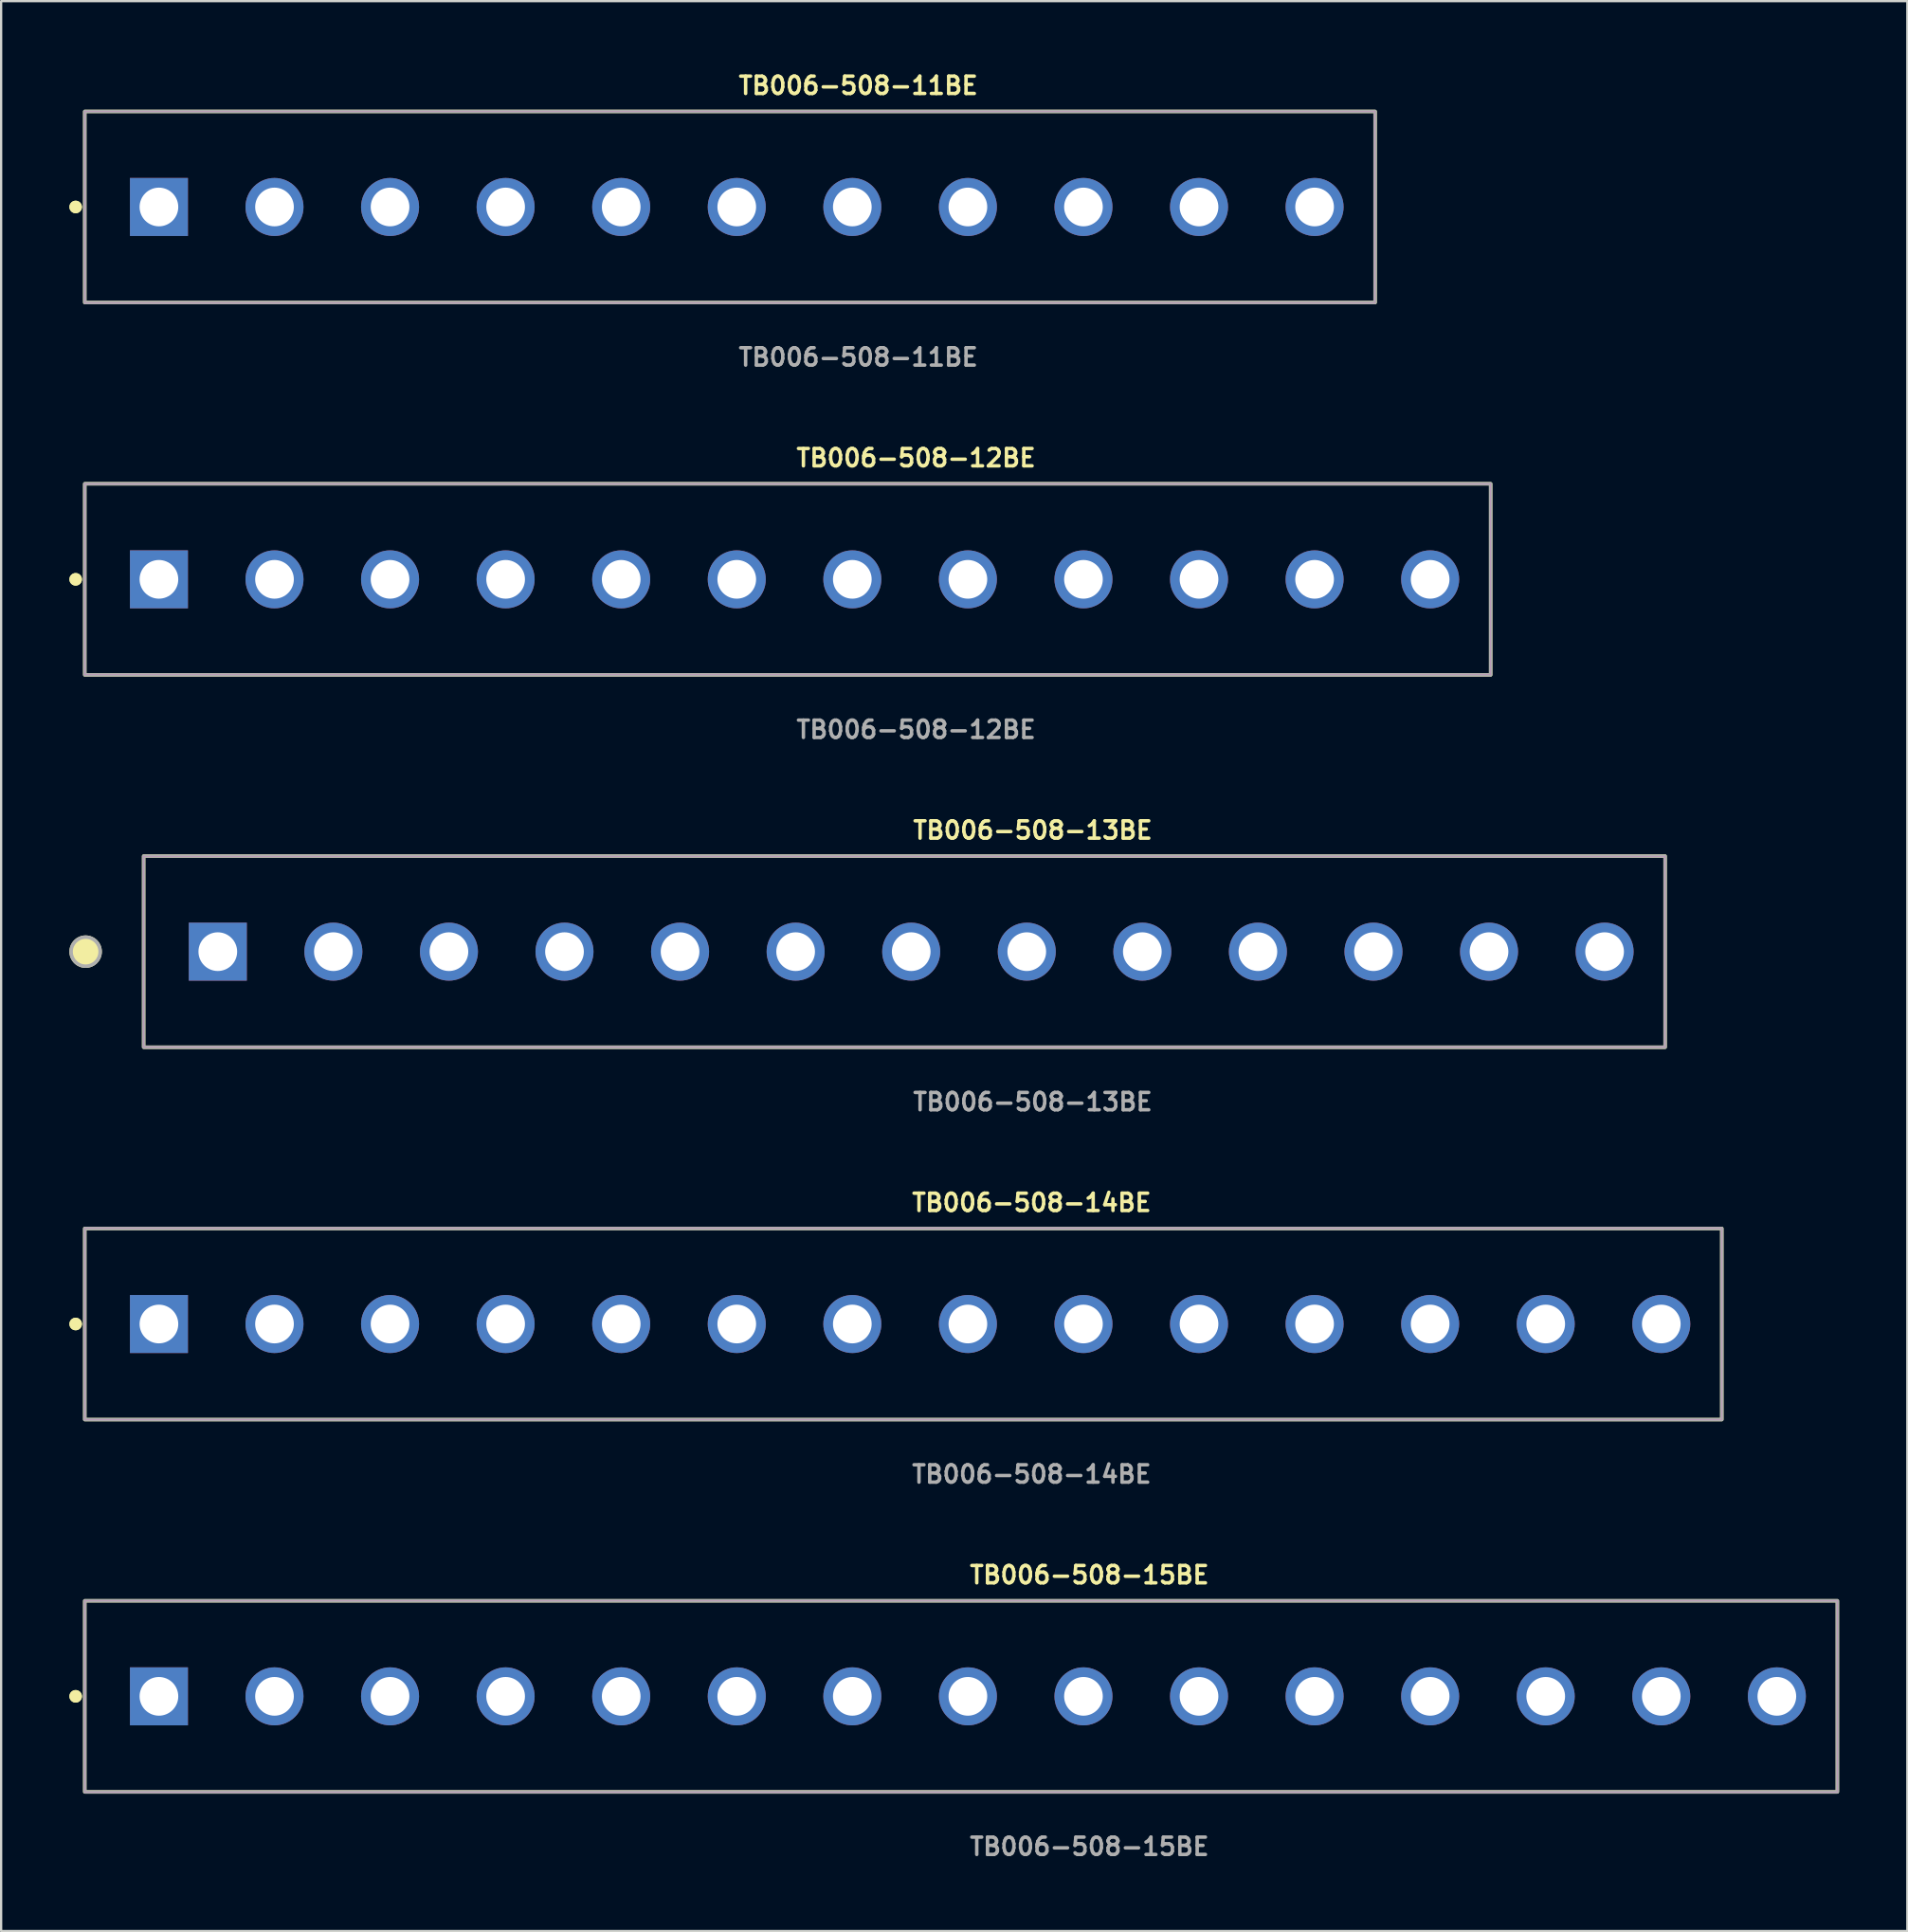
<source format=kicad_pcb>
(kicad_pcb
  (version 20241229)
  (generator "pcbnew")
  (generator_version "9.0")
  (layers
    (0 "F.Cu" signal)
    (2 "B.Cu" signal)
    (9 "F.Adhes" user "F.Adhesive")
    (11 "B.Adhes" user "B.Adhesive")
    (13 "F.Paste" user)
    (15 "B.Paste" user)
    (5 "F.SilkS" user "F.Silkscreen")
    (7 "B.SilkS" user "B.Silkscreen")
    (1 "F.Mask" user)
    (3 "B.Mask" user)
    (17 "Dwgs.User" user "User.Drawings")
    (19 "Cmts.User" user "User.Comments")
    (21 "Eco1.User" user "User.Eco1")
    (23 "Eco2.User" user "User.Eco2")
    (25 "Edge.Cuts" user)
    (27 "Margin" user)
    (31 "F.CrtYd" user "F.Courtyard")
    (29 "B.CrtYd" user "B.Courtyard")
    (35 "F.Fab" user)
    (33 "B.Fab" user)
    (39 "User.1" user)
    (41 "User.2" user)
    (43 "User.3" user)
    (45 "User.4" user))
  (footprint "TB006-508-14BE"
    (layer "F.Cu")
    (at 36.956 55.141)
    (property "Reference" "TB006-508-14BE" (at 0 -5.334 0) (unlocked yes) (layer "F.SilkS") (effects (font (size 0.762 0.762) (thickness 0.152)) (justify left)))
    (fp_rect (start -36.28 4.2) (end 35.68 -4.2) (stroke (width 0.152) (type solid)) (fill no) (layer "F.SilkS"))
    (fp_circle (center -36.68 0) (end -36.88 0) (stroke (width 0.152) (type solid)) (fill yes) (layer "F.SilkS"))
    (fp_circle (center -36.68 0) (end -36.88 0) (stroke (width 0.152) (type solid)) (fill yes) (layer "F.SilkS"))
    (fp_rect (start -36.28 4.2) (end 35.68 -4.2) (stroke (width 0.006) (type solid)) (fill no) (layer "F.CrtYd"))
    (fp_rect (start -36.28 4.2) (end 35.68 -4.2) (stroke (width 0.152) (type solid)) (fill no) (layer "F.Fab"))
    (fp_text user "${REFERENCE}" (at 0 6.604 0) (unlocked yes) (layer "F.Fab") (effects (font (size 0.762 0.762) (thickness 0.152)) (justify left)))
    (pad "1" thru_hole rect (at -33.02 0) (size 2.55 2.55) (drill 1.7) (layers "*.Cu" "*.Mask"))
    (pad "2" thru_hole circle (at -27.94 0) (size 2.55 2.55) (drill 1.7) (layers "*.Cu" "*.Mask"))
    (pad "3" thru_hole circle (at -22.86 0) (size 2.55 2.55) (drill 1.7) (layers "*.Cu" "*.Mask"))
    (pad "4" thru_hole circle (at -17.78 0) (size 2.55 2.55) (drill 1.7) (layers "*.Cu" "*.Mask"))
    (pad "5" thru_hole circle (at -12.7 0) (size 2.55 2.55) (drill 1.7) (layers "*.Cu" "*.Mask"))
    (pad "6" thru_hole circle (at -7.62 0) (size 2.55 2.55) (drill 1.7) (layers "*.Cu" "*.Mask"))
    (pad "7" thru_hole circle (at -2.54 0) (size 2.55 2.55) (drill 1.7) (layers "*.Cu" "*.Mask"))
    (pad "8" thru_hole circle (at 2.54 0) (size 2.55 2.55) (drill 1.7) (layers "*.Cu" "*.Mask"))
    (pad "9" thru_hole circle (at 7.62 0) (size 2.55 2.55) (drill 1.7) (layers "*.Cu" "*.Mask"))
    (pad "10" thru_hole circle (at 12.7 0) (size 2.55 2.55) (drill 1.7) (layers "*.Cu" "*.Mask"))
    (pad "11" thru_hole circle (at 17.78 0) (size 2.55 2.55) (drill 1.7) (layers "*.Cu" "*.Mask"))
    (pad "12" thru_hole circle (at 22.86 0) (size 2.55 2.55) (drill 1.7) (layers "*.Cu" "*.Mask"))
    (pad "13" thru_hole circle (at 27.94 0) (size 2.55 2.55) (drill 1.7) (layers "*.Cu" "*.Mask"))
    (pad "14" thru_hole circle (at 33.02 0) (size 2.55 2.55) (drill 1.7) (layers "*.Cu" "*.Mask")))
  (footprint "TB006-508-11BE"
    (layer "F.Cu")
    (at 29.336 6.047)
    (property "Reference" "TB006-508-11BE" (at 0 -5.334 0) (unlocked yes) (layer "F.SilkS") (effects (font (size 0.762 0.762) (thickness 0.152)) (justify left)))
    (fp_rect (start -28.66 4.2) (end 28.06 -4.2) (stroke (width 0.152) (type solid)) (fill no) (layer "F.SilkS"))
    (fp_circle (center -29.06 0) (end -29.26 0) (stroke (width 0.152) (type solid)) (fill yes) (layer "F.SilkS"))
    (fp_circle (center -29.06 0) (end -29.26 0) (stroke (width 0.152) (type solid)) (fill yes) (layer "F.SilkS"))
    (fp_rect (start -28.66 4.2) (end 28.06 -4.2) (stroke (width 0.006) (type solid)) (fill no) (layer "F.CrtYd"))
    (fp_rect (start -28.66 4.2) (end 28.06 -4.2) (stroke (width 0.152) (type solid)) (fill no) (layer "F.Fab"))
    (fp_text user "${REFERENCE}" (at 0 6.604 0) (unlocked yes) (layer "F.Fab") (effects (font (size 0.762 0.762) (thickness 0.152)) (justify left)))
    (pad "1" thru_hole rect (at -25.4 0) (size 2.55 2.55) (drill 1.7) (layers "*.Cu" "*.Mask"))
    (pad "2" thru_hole circle (at -20.32 0) (size 2.55 2.55) (drill 1.7) (layers "*.Cu" "*.Mask"))
    (pad "3" thru_hole circle (at -15.24 0) (size 2.55 2.55) (drill 1.7) (layers "*.Cu" "*.Mask"))
    (pad "4" thru_hole circle (at -10.16 0) (size 2.55 2.55) (drill 1.7) (layers "*.Cu" "*.Mask"))
    (pad "5" thru_hole circle (at -5.08 0) (size 2.55 2.55) (drill 1.7) (layers "*.Cu" "*.Mask"))
    (pad "6" thru_hole circle (at 0 0) (size 2.55 2.55) (drill 1.7) (layers "*.Cu" "*.Mask"))
    (pad "7" thru_hole circle (at 5.08 0) (size 2.55 2.55) (drill 1.7) (layers "*.Cu" "*.Mask"))
    (pad "8" thru_hole circle (at 10.16 0) (size 2.55 2.55) (drill 1.7) (layers "*.Cu" "*.Mask"))
    (pad "9" thru_hole circle (at 15.24 0) (size 2.55 2.55) (drill 1.7) (layers "*.Cu" "*.Mask"))
    (pad "10" thru_hole circle (at 20.32 0) (size 2.55 2.55) (drill 1.7) (layers "*.Cu" "*.Mask"))
    (pad "11" thru_hole circle (at 25.4 0) (size 2.55 2.55) (drill 1.7) (layers "*.Cu" "*.Mask")))
  (footprint "TB006-508-15BE"
    (layer "F.Cu")
    (at 39.496 71.505)
    (property "Reference" "TB006-508-15BE" (at 0 -5.334 0) (unlocked yes) (layer "F.SilkS") (effects (font (size 0.762 0.762) (thickness 0.152)) (justify left)))
    (fp_rect (start -38.82 4.2) (end 38.22 -4.2) (stroke (width 0.152) (type solid)) (fill no) (layer "F.SilkS"))
    (fp_circle (center -39.22 0) (end -39.42 0) (stroke (width 0.152) (type solid)) (fill yes) (layer "F.SilkS"))
    (fp_circle (center -39.22 0) (end -39.42 0) (stroke (width 0.152) (type solid)) (fill yes) (layer "F.SilkS"))
    (fp_rect (start -38.82 4.2) (end 38.22 -4.2) (stroke (width 0.006) (type solid)) (fill no) (layer "F.CrtYd"))
    (fp_rect (start -38.82 4.2) (end 38.22 -4.2) (stroke (width 0.152) (type solid)) (fill no) (layer "F.Fab"))
    (fp_text user "${REFERENCE}" (at 0 6.604 0) (unlocked yes) (layer "F.Fab") (effects (font (size 0.762 0.762) (thickness 0.152)) (justify left)))
    (pad "1" thru_hole rect (at -35.56 0) (size 2.55 2.55) (drill 1.7) (layers "*.Cu" "*.Mask"))
    (pad "2" thru_hole circle (at -30.48 0) (size 2.55 2.55) (drill 1.7) (layers "*.Cu" "*.Mask"))
    (pad "3" thru_hole circle (at -25.4 0) (size 2.55 2.55) (drill 1.7) (layers "*.Cu" "*.Mask"))
    (pad "4" thru_hole circle (at -20.32 0) (size 2.55 2.55) (drill 1.7) (layers "*.Cu" "*.Mask"))
    (pad "5" thru_hole circle (at -15.24 0) (size 2.55 2.55) (drill 1.7) (layers "*.Cu" "*.Mask"))
    (pad "6" thru_hole circle (at -10.16 0) (size 2.55 2.55) (drill 1.7) (layers "*.Cu" "*.Mask"))
    (pad "7" thru_hole circle (at -5.08 0) (size 2.55 2.55) (drill 1.7) (layers "*.Cu" "*.Mask"))
    (pad "8" thru_hole circle (at 0 0) (size 2.55 2.55) (drill 1.7) (layers "*.Cu" "*.Mask"))
    (pad "9" thru_hole circle (at 5.08 0) (size 2.55 2.55) (drill 1.7) (layers "*.Cu" "*.Mask"))
    (pad "10" thru_hole circle (at 10.16 0) (size 2.55 2.55) (drill 1.7) (layers "*.Cu" "*.Mask"))
    (pad "11" thru_hole circle (at 15.24 0) (size 2.55 2.55) (drill 1.7) (layers "*.Cu" "*.Mask"))
    (pad "12" thru_hole circle (at 20.32 0) (size 2.55 2.55) (drill 1.7) (layers "*.Cu" "*.Mask"))
    (pad "13" thru_hole circle (at 25.4 0) (size 2.55 2.55) (drill 1.7) (layers "*.Cu" "*.Mask"))
    (pad "14" thru_hole circle (at 30.48 0) (size 2.55 2.55) (drill 1.7) (layers "*.Cu" "*.Mask"))
    (pad "15" thru_hole circle (at 35.56 0) (size 2.55 2.55) (drill 1.7) (layers "*.Cu" "*.Mask")))
  (footprint "TB006-508-13BE"
    (layer "F.Cu")
    (at 37.004 38.776)
    (property "Reference" "TB006-508-13BE" (at 0 -5.334 0) (unlocked yes) (layer "F.SilkS") (effects (font (size 0.762 0.762) (thickness 0.152)) (justify left)))
    (fp_rect (start -33.74 4.2) (end 33.14 -4.2) (stroke (width 0.152) (type solid)) (fill no) (layer "F.SilkS"))
    (fp_circle (center -36.29 0) (end -36.928 0) (stroke (width 0.152) (type solid)) (fill yes) (layer "F.SilkS"))
    (fp_rect (start -33.74 4.2) (end 33.14 -4.2) (stroke (width 0.006) (type solid)) (fill no) (layer "F.CrtYd"))
    (fp_rect (start -33.74 4.2) (end 33.14 -4.2) (stroke (width 0.152) (type solid)) (fill no) (layer "F.Fab"))
    (fp_circle (center -36.29 0) (end -36.928 0) (stroke (width 0.152) (type solid)) (fill no) (layer "F.Fab"))
    (fp_text user "${REFERENCE}" (at 0 6.604 0) (unlocked yes) (layer "F.Fab") (effects (font (size 0.762 0.762) (thickness 0.152)) (justify left)))
    (pad "1" thru_hole rect (at -30.48 0) (size 2.55 2.55) (drill 1.7) (layers "*.Cu" "*.Mask"))
    (pad "2" thru_hole circle (at -25.4 0) (size 2.55 2.55) (drill 1.7) (layers "*.Cu" "*.Mask"))
    (pad "3" thru_hole circle (at -20.32 0) (size 2.55 2.55) (drill 1.7) (layers "*.Cu" "*.Mask"))
    (pad "4" thru_hole circle (at -15.24 0) (size 2.55 2.55) (drill 1.7) (layers "*.Cu" "*.Mask"))
    (pad "5" thru_hole circle (at -10.16 0) (size 2.55 2.55) (drill 1.7) (layers "*.Cu" "*.Mask"))
    (pad "6" thru_hole circle (at -5.08 0) (size 2.55 2.55) (drill 1.7) (layers "*.Cu" "*.Mask"))
    (pad "7" thru_hole circle (at 0 0) (size 2.55 2.55) (drill 1.7) (layers "*.Cu" "*.Mask"))
    (pad "8" thru_hole circle (at 5.08 0) (size 2.55 2.55) (drill 1.7) (layers "*.Cu" "*.Mask"))
    (pad "9" thru_hole circle (at 10.16 0) (size 2.55 2.55) (drill 1.7) (layers "*.Cu" "*.Mask"))
    (pad "10" thru_hole circle (at 15.24 0) (size 2.55 2.55) (drill 1.7) (layers "*.Cu" "*.Mask"))
    (pad "11" thru_hole circle (at 20.32 0) (size 2.55 2.55) (drill 1.7) (layers "*.Cu" "*.Mask"))
    (pad "12" thru_hole circle (at 25.4 0) (size 2.55 2.55) (drill 1.7) (layers "*.Cu" "*.Mask"))
    (pad "13" thru_hole circle (at 30.48 0) (size 2.55 2.55) (drill 1.7) (layers "*.Cu" "*.Mask")))
  (footprint "TB006-508-12BE"
    (layer "F.Cu")
    (at 31.876 22.412)
    (property "Reference" "TB006-508-12BE" (at 0 -5.334 0) (unlocked yes) (layer "F.SilkS") (effects (font (size 0.762 0.762) (thickness 0.152)) (justify left)))
    (fp_rect (start -31.2 4.2) (end 30.6 -4.2) (stroke (width 0.152) (type solid)) (fill no) (layer "F.SilkS"))
    (fp_circle (center -31.6 0) (end -31.8 0) (stroke (width 0.152) (type solid)) (fill yes) (layer "F.SilkS"))
    (fp_circle (center -31.6 0) (end -31.8 0) (stroke (width 0.152) (type solid)) (fill yes) (layer "F.SilkS"))
    (fp_rect (start -31.2 4.2) (end 30.6 -4.2) (stroke (width 0.006) (type solid)) (fill no) (layer "F.CrtYd"))
    (fp_rect (start -31.2 4.2) (end 30.6 -4.2) (stroke (width 0.152) (type solid)) (fill no) (layer "F.Fab"))
    (fp_text user "${REFERENCE}" (at 0 6.604 0) (unlocked yes) (layer "F.Fab") (effects (font (size 0.762 0.762) (thickness 0.152)) (justify left)))
    (pad "1" thru_hole rect (at -27.94 0) (size 2.55 2.55) (drill 1.7) (layers "*.Cu" "*.Mask"))
    (pad "2" thru_hole circle (at -22.86 0) (size 2.55 2.55) (drill 1.7) (layers "*.Cu" "*.Mask"))
    (pad "3" thru_hole circle (at -17.78 0) (size 2.55 2.55) (drill 1.7) (layers "*.Cu" "*.Mask"))
    (pad "4" thru_hole circle (at -12.7 0) (size 2.55 2.55) (drill 1.7) (layers "*.Cu" "*.Mask"))
    (pad "5" thru_hole circle (at -7.62 0) (size 2.55 2.55) (drill 1.7) (layers "*.Cu" "*.Mask"))
    (pad "6" thru_hole circle (at -2.54 0) (size 2.55 2.55) (drill 1.7) (layers "*.Cu" "*.Mask"))
    (pad "7" thru_hole circle (at 2.54 0) (size 2.55 2.55) (drill 1.7) (layers "*.Cu" "*.Mask"))
    (pad "8" thru_hole circle (at 7.62 0) (size 2.55 2.55) (drill 1.7) (layers "*.Cu" "*.Mask"))
    (pad "9" thru_hole circle (at 12.7 0) (size 2.55 2.55) (drill 1.7) (layers "*.Cu" "*.Mask"))
    (pad "10" thru_hole circle (at 17.78 0) (size 2.55 2.55) (drill 1.7) (layers "*.Cu" "*.Mask"))
    (pad "11" thru_hole circle (at 22.86 0) (size 2.55 2.55) (drill 1.7) (layers "*.Cu" "*.Mask"))
    (pad "12" thru_hole circle (at 27.94 0) (size 2.55 2.55) (drill 1.7) (layers "*.Cu" "*.Mask")))
  (gr_rect
    (start -3 -3)
    (end 80.792 81.822)
    (stroke (width 0.1) (type default))
    (fill no)
    (layer "Edge.Cuts")))
</source>
